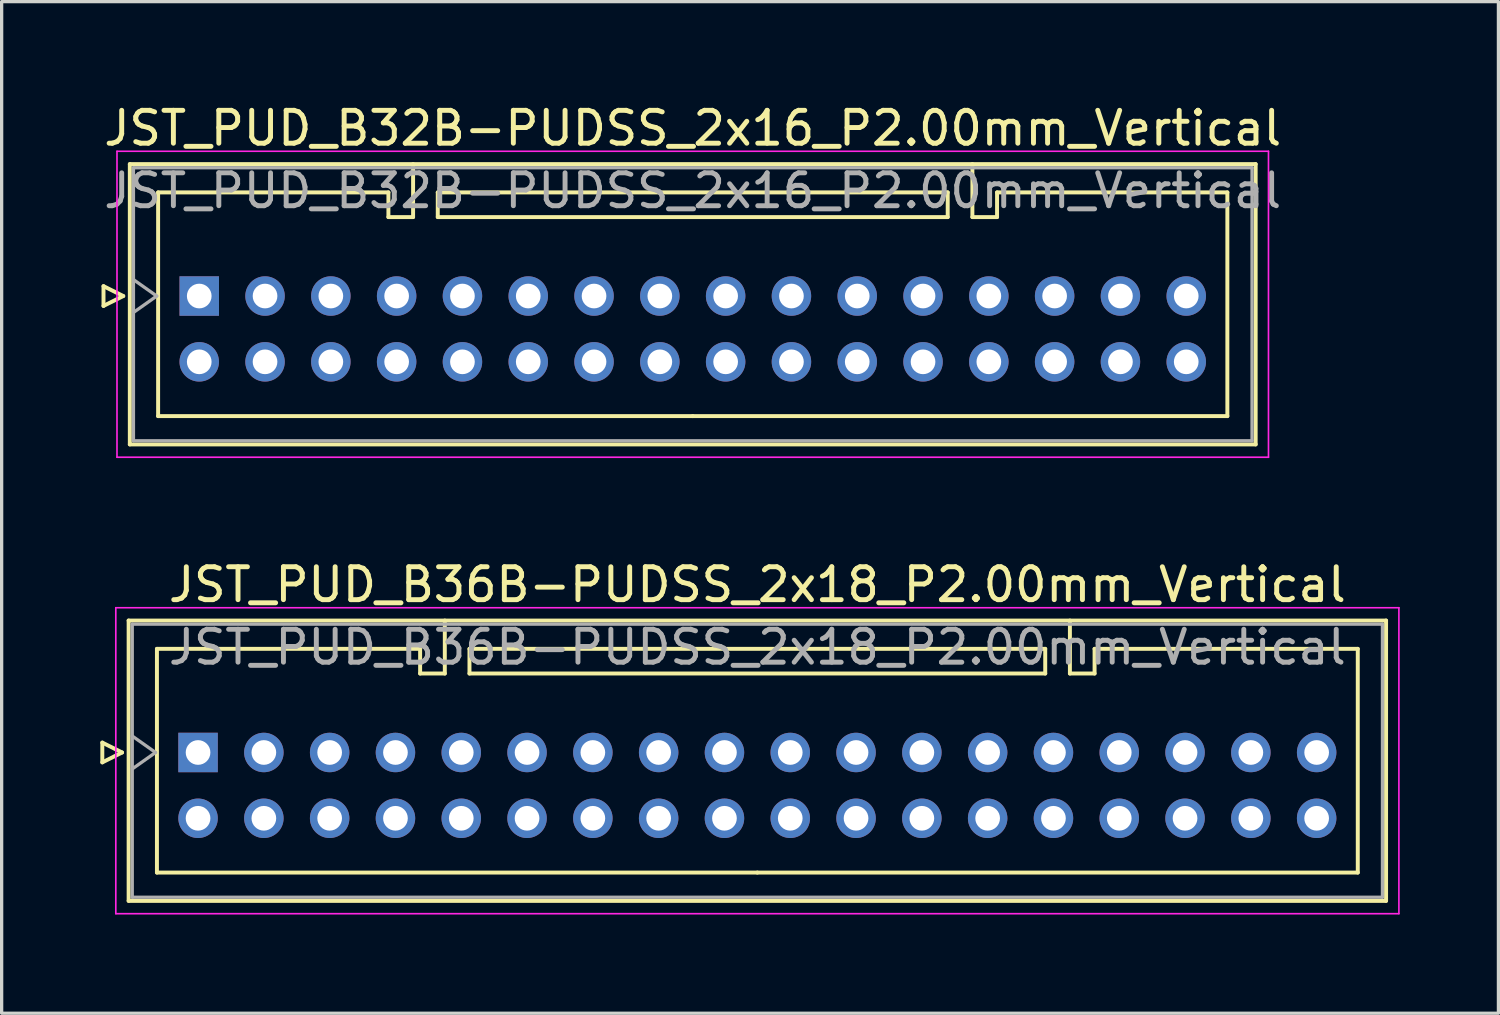
<source format=kicad_pcb>
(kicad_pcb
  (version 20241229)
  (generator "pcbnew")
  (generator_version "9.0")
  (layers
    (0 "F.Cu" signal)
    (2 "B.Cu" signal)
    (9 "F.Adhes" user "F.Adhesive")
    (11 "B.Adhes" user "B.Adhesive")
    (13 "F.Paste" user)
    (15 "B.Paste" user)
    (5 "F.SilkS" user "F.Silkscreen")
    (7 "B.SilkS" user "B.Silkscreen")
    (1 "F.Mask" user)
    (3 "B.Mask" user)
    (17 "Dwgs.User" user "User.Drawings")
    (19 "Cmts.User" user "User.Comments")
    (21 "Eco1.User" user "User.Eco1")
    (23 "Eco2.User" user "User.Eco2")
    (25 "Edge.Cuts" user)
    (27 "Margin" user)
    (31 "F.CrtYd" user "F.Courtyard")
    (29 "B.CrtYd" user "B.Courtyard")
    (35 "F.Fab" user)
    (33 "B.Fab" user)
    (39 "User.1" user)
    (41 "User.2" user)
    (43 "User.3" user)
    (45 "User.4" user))
  (footprint "JST_PUD_B32B-PUDSS_2x16_P2.00mm_Vertical"
    (layer "F.Cu")
    (at 3.006 5.948)
    (property "Reference" "JST_PUD_B32B-PUDSS_2x16_P2.00mm_Vertical" (at 15 -5.1 0) (layer "F.SilkS") (effects (font (size 1 1) (thickness 0.15))))
    (attr through_hole)
    (fp_line (start -2.91 -0.3) (end -2.31 0) (stroke (width 0.12) (type solid)) (layer "F.SilkS"))
    (fp_line (start -2.91 0.3) (end -2.91 -0.3) (stroke (width 0.12) (type solid)) (layer "F.SilkS"))
    (fp_line (start -2.31 0) (end -2.91 0.3) (stroke (width 0.12) (type solid)) (layer "F.SilkS"))
    (fp_line (start -2.11 -4.01) (end -2.11 4.51) (stroke (width 0.12) (type solid)) (layer "F.SilkS"))
    (fp_line (start -2.11 4.51) (end 32.11 4.51) (stroke (width 0.12) (type solid)) (layer "F.SilkS"))
    (fp_line (start -1.25 -3.15) (end -1.25 3.65) (stroke (width 0.12) (type solid)) (layer "F.SilkS"))
    (fp_line (start -1.25 3.65) (end 15 3.65) (stroke (width 0.12) (type solid)) (layer "F.SilkS"))
    (fp_line (start 5.75 -3.15) (end -1.25 -3.15) (stroke (width 0.12) (type solid)) (layer "F.SilkS"))
    (fp_line (start 5.75 -2.4) (end 5.75 -3.15) (stroke (width 0.12) (type solid)) (layer "F.SilkS"))
    (fp_line (start 6.5 -4.01) (end 6.5 -2.4) (stroke (width 0.12) (type solid)) (layer "F.SilkS"))
    (fp_line (start 6.5 -2.4) (end 5.75 -2.4) (stroke (width 0.12) (type solid)) (layer "F.SilkS"))
    (fp_line (start 7.25 -3.15) (end 7.25 -2.4) (stroke (width 0.12) (type solid)) (layer "F.SilkS"))
    (fp_line (start 7.25 -2.4) (end 22.75 -2.4) (stroke (width 0.12) (type solid)) (layer "F.SilkS"))
    (fp_line (start 22.75 -3.15) (end 7.25 -3.15) (stroke (width 0.12) (type solid)) (layer "F.SilkS"))
    (fp_line (start 22.75 -2.4) (end 22.75 -3.15) (stroke (width 0.12) (type solid)) (layer "F.SilkS"))
    (fp_line (start 23.5 -4.01) (end 23.5 -2.4) (stroke (width 0.12) (type solid)) (layer "F.SilkS"))
    (fp_line (start 23.5 -2.4) (end 24.25 -2.4) (stroke (width 0.12) (type solid)) (layer "F.SilkS"))
    (fp_line (start 24.25 -3.15) (end 31.25 -3.15) (stroke (width 0.12) (type solid)) (layer "F.SilkS"))
    (fp_line (start 24.25 -2.4) (end 24.25 -3.15) (stroke (width 0.12) (type solid)) (layer "F.SilkS"))
    (fp_line (start 31.25 -3.15) (end 31.25 3.65) (stroke (width 0.12) (type solid)) (layer "F.SilkS"))
    (fp_line (start 31.25 3.65) (end 15 3.65) (stroke (width 0.12) (type solid)) (layer "F.SilkS"))
    (fp_line (start 32.11 -4.01) (end -2.11 -4.01) (stroke (width 0.12) (type solid)) (layer "F.SilkS"))
    (fp_line (start 32.11 4.51) (end 32.11 -4.01) (stroke (width 0.12) (type solid)) (layer "F.SilkS"))
    (fp_line (start -2.5 -4.4) (end -2.5 4.9) (stroke (width 0.05) (type solid)) (layer "F.CrtYd"))
    (fp_line (start -2.5 4.9) (end 32.5 4.9) (stroke (width 0.05) (type solid)) (layer "F.CrtYd"))
    (fp_line (start 32.5 -4.4) (end -2.5 -4.4) (stroke (width 0.05) (type solid)) (layer "F.CrtYd"))
    (fp_line (start 32.5 4.9) (end 32.5 -4.4) (stroke (width 0.05) (type solid)) (layer "F.CrtYd"))
    (fp_line (start -2 -3.9) (end -2 4.4) (stroke (width 0.1) (type solid)) (layer "F.Fab"))
    (fp_line (start -2 0.5) (end -1.293 0) (stroke (width 0.1) (type solid)) (layer "F.Fab"))
    (fp_line (start -2 4.4) (end 32 4.4) (stroke (width 0.1) (type solid)) (layer "F.Fab"))
    (fp_line (start -1.293 0) (end -2 -0.5) (stroke (width 0.1) (type solid)) (layer "F.Fab"))
    (fp_line (start 32 -3.9) (end -2 -3.9) (stroke (width 0.1) (type solid)) (layer "F.Fab"))
    (fp_line (start 32 4.4) (end 32 -3.9) (stroke (width 0.1) (type solid)) (layer "F.Fab"))
    (fp_text user "${REFERENCE}" (at 15 -3.2 0) (layer "F.Fab") (effects (font (size 1 1) (thickness 0.15))))
    (pad "1" thru_hole rect (at 0 0) (size 1.2 1.2) (drill 0.75) (layers "*.Cu" "*.Mask"))
    (pad "2" thru_hole circle (at 0 2) (size 1.2 1.2) (drill 0.75) (layers "*.Cu" "*.Mask"))
    (pad "3" thru_hole circle (at 2 0) (size 1.2 1.2) (drill 0.75) (layers "*.Cu" "*.Mask"))
    (pad "4" thru_hole circle (at 2 2) (size 1.2 1.2) (drill 0.75) (layers "*.Cu" "*.Mask"))
    (pad "5" thru_hole circle (at 4 0) (size 1.2 1.2) (drill 0.75) (layers "*.Cu" "*.Mask"))
    (pad "6" thru_hole circle (at 4 2) (size 1.2 1.2) (drill 0.75) (layers "*.Cu" "*.Mask"))
    (pad "7" thru_hole circle (at 6 0) (size 1.2 1.2) (drill 0.75) (layers "*.Cu" "*.Mask"))
    (pad "8" thru_hole circle (at 6 2) (size 1.2 1.2) (drill 0.75) (layers "*.Cu" "*.Mask"))
    (pad "9" thru_hole circle (at 8 0) (size 1.2 1.2) (drill 0.75) (layers "*.Cu" "*.Mask"))
    (pad "10" thru_hole circle (at 8 2) (size 1.2 1.2) (drill 0.75) (layers "*.Cu" "*.Mask"))
    (pad "11" thru_hole circle (at 10 0) (size 1.2 1.2) (drill 0.75) (layers "*.Cu" "*.Mask"))
    (pad "12" thru_hole circle (at 10 2) (size 1.2 1.2) (drill 0.75) (layers "*.Cu" "*.Mask"))
    (pad "13" thru_hole circle (at 12 0) (size 1.2 1.2) (drill 0.75) (layers "*.Cu" "*.Mask"))
    (pad "14" thru_hole circle (at 12 2) (size 1.2 1.2) (drill 0.75) (layers "*.Cu" "*.Mask"))
    (pad "15" thru_hole circle (at 14 0) (size 1.2 1.2) (drill 0.75) (layers "*.Cu" "*.Mask"))
    (pad "16" thru_hole circle (at 14 2) (size 1.2 1.2) (drill 0.75) (layers "*.Cu" "*.Mask"))
    (pad "17" thru_hole circle (at 16 0) (size 1.2 1.2) (drill 0.75) (layers "*.Cu" "*.Mask"))
    (pad "18" thru_hole circle (at 16 2) (size 1.2 1.2) (drill 0.75) (layers "*.Cu" "*.Mask"))
    (pad "19" thru_hole circle (at 18 0) (size 1.2 1.2) (drill 0.75) (layers "*.Cu" "*.Mask"))
    (pad "20" thru_hole circle (at 18 2) (size 1.2 1.2) (drill 0.75) (layers "*.Cu" "*.Mask"))
    (pad "21" thru_hole circle (at 20 0) (size 1.2 1.2) (drill 0.75) (layers "*.Cu" "*.Mask"))
    (pad "22" thru_hole circle (at 20 2) (size 1.2 1.2) (drill 0.75) (layers "*.Cu" "*.Mask"))
    (pad "23" thru_hole circle (at 22 0) (size 1.2 1.2) (drill 0.75) (layers "*.Cu" "*.Mask"))
    (pad "24" thru_hole circle (at 22 2) (size 1.2 1.2) (drill 0.75) (layers "*.Cu" "*.Mask"))
    (pad "25" thru_hole circle (at 24 0) (size 1.2 1.2) (drill 0.75) (layers "*.Cu" "*.Mask"))
    (pad "26" thru_hole circle (at 24 2) (size 1.2 1.2) (drill 0.75) (layers "*.Cu" "*.Mask"))
    (pad "27" thru_hole circle (at 26 0) (size 1.2 1.2) (drill 0.75) (layers "*.Cu" "*.Mask"))
    (pad "28" thru_hole circle (at 26 2) (size 1.2 1.2) (drill 0.75) (layers "*.Cu" "*.Mask"))
    (pad "29" thru_hole circle (at 28 0) (size 1.2 1.2) (drill 0.75) (layers "*.Cu" "*.Mask"))
    (pad "30" thru_hole circle (at 28 2) (size 1.2 1.2) (drill 0.75) (layers "*.Cu" "*.Mask"))
    (pad "31" thru_hole circle (at 30 0) (size 1.2 1.2) (drill 0.75) (layers "*.Cu" "*.Mask"))
    (pad "32" thru_hole circle (at 30 2) (size 1.2 1.2) (drill 0.75) (layers "*.Cu" "*.Mask")))
  (footprint "JST_PUD_B36B-PUDSS_2x18_P2.00mm_Vertical"
    (layer "F.Cu")
    (at 2.97 19.822)
    (property "Reference" "JST_PUD_B36B-PUDSS_2x18_P2.00mm_Vertical" (at 17 -5.1 0) (layer "F.SilkS") (effects (font (size 1 1) (thickness 0.15))))
    (attr through_hole)
    (fp_line (start -2.91 -0.3) (end -2.31 0) (stroke (width 0.12) (type solid)) (layer "F.SilkS"))
    (fp_line (start -2.91 0.3) (end -2.91 -0.3) (stroke (width 0.12) (type solid)) (layer "F.SilkS"))
    (fp_line (start -2.31 0) (end -2.91 0.3) (stroke (width 0.12) (type solid)) (layer "F.SilkS"))
    (fp_line (start -2.11 -4.01) (end -2.11 4.51) (stroke (width 0.12) (type solid)) (layer "F.SilkS"))
    (fp_line (start -2.11 4.51) (end 36.11 4.51) (stroke (width 0.12) (type solid)) (layer "F.SilkS"))
    (fp_line (start -1.25 -3.15) (end -1.25 3.65) (stroke (width 0.12) (type solid)) (layer "F.SilkS"))
    (fp_line (start -1.25 3.65) (end 17 3.65) (stroke (width 0.12) (type solid)) (layer "F.SilkS"))
    (fp_line (start 6.75 -3.15) (end -1.25 -3.15) (stroke (width 0.12) (type solid)) (layer "F.SilkS"))
    (fp_line (start 6.75 -2.4) (end 6.75 -3.15) (stroke (width 0.12) (type solid)) (layer "F.SilkS"))
    (fp_line (start 7.5 -4.01) (end 7.5 -2.4) (stroke (width 0.12) (type solid)) (layer "F.SilkS"))
    (fp_line (start 7.5 -2.4) (end 6.75 -2.4) (stroke (width 0.12) (type solid)) (layer "F.SilkS"))
    (fp_line (start 8.25 -3.15) (end 8.25 -2.4) (stroke (width 0.12) (type solid)) (layer "F.SilkS"))
    (fp_line (start 8.25 -2.4) (end 25.75 -2.4) (stroke (width 0.12) (type solid)) (layer "F.SilkS"))
    (fp_line (start 25.75 -3.15) (end 8.25 -3.15) (stroke (width 0.12) (type solid)) (layer "F.SilkS"))
    (fp_line (start 25.75 -2.4) (end 25.75 -3.15) (stroke (width 0.12) (type solid)) (layer "F.SilkS"))
    (fp_line (start 26.5 -4.01) (end 26.5 -2.4) (stroke (width 0.12) (type solid)) (layer "F.SilkS"))
    (fp_line (start 26.5 -2.4) (end 27.25 -2.4) (stroke (width 0.12) (type solid)) (layer "F.SilkS"))
    (fp_line (start 27.25 -3.15) (end 35.25 -3.15) (stroke (width 0.12) (type solid)) (layer "F.SilkS"))
    (fp_line (start 27.25 -2.4) (end 27.25 -3.15) (stroke (width 0.12) (type solid)) (layer "F.SilkS"))
    (fp_line (start 35.25 -3.15) (end 35.25 3.65) (stroke (width 0.12) (type solid)) (layer "F.SilkS"))
    (fp_line (start 35.25 3.65) (end 17 3.65) (stroke (width 0.12) (type solid)) (layer "F.SilkS"))
    (fp_line (start 36.11 -4.01) (end -2.11 -4.01) (stroke (width 0.12) (type solid)) (layer "F.SilkS"))
    (fp_line (start 36.11 4.51) (end 36.11 -4.01) (stroke (width 0.12) (type solid)) (layer "F.SilkS"))
    (fp_line (start -2.5 -4.4) (end -2.5 4.9) (stroke (width 0.05) (type solid)) (layer "F.CrtYd"))
    (fp_line (start -2.5 4.9) (end 36.5 4.9) (stroke (width 0.05) (type solid)) (layer "F.CrtYd"))
    (fp_line (start 36.5 -4.4) (end -2.5 -4.4) (stroke (width 0.05) (type solid)) (layer "F.CrtYd"))
    (fp_line (start 36.5 4.9) (end 36.5 -4.4) (stroke (width 0.05) (type solid)) (layer "F.CrtYd"))
    (fp_line (start -2 -3.9) (end -2 4.4) (stroke (width 0.1) (type solid)) (layer "F.Fab"))
    (fp_line (start -2 0.5) (end -1.293 0) (stroke (width 0.1) (type solid)) (layer "F.Fab"))
    (fp_line (start -2 4.4) (end 36 4.4) (stroke (width 0.1) (type solid)) (layer "F.Fab"))
    (fp_line (start -1.293 0) (end -2 -0.5) (stroke (width 0.1) (type solid)) (layer "F.Fab"))
    (fp_line (start 36 -3.9) (end -2 -3.9) (stroke (width 0.1) (type solid)) (layer "F.Fab"))
    (fp_line (start 36 4.4) (end 36 -3.9) (stroke (width 0.1) (type solid)) (layer "F.Fab"))
    (fp_text user "${REFERENCE}" (at 17 -3.2 0) (layer "F.Fab") (effects (font (size 1 1) (thickness 0.15))))
    (pad "1" thru_hole rect (at 0 0) (size 1.2 1.2) (drill 0.75) (layers "*.Cu" "*.Mask"))
    (pad "2" thru_hole circle (at 0 2) (size 1.2 1.2) (drill 0.75) (layers "*.Cu" "*.Mask"))
    (pad "3" thru_hole circle (at 2 0) (size 1.2 1.2) (drill 0.75) (layers "*.Cu" "*.Mask"))
    (pad "4" thru_hole circle (at 2 2) (size 1.2 1.2) (drill 0.75) (layers "*.Cu" "*.Mask"))
    (pad "5" thru_hole circle (at 4 0) (size 1.2 1.2) (drill 0.75) (layers "*.Cu" "*.Mask"))
    (pad "6" thru_hole circle (at 4 2) (size 1.2 1.2) (drill 0.75) (layers "*.Cu" "*.Mask"))
    (pad "7" thru_hole circle (at 6 0) (size 1.2 1.2) (drill 0.75) (layers "*.Cu" "*.Mask"))
    (pad "8" thru_hole circle (at 6 2) (size 1.2 1.2) (drill 0.75) (layers "*.Cu" "*.Mask"))
    (pad "9" thru_hole circle (at 8 0) (size 1.2 1.2) (drill 0.75) (layers "*.Cu" "*.Mask"))
    (pad "10" thru_hole circle (at 8 2) (size 1.2 1.2) (drill 0.75) (layers "*.Cu" "*.Mask"))
    (pad "11" thru_hole circle (at 10 0) (size 1.2 1.2) (drill 0.75) (layers "*.Cu" "*.Mask"))
    (pad "12" thru_hole circle (at 10 2) (size 1.2 1.2) (drill 0.75) (layers "*.Cu" "*.Mask"))
    (pad "13" thru_hole circle (at 12 0) (size 1.2 1.2) (drill 0.75) (layers "*.Cu" "*.Mask"))
    (pad "14" thru_hole circle (at 12 2) (size 1.2 1.2) (drill 0.75) (layers "*.Cu" "*.Mask"))
    (pad "15" thru_hole circle (at 14 0) (size 1.2 1.2) (drill 0.75) (layers "*.Cu" "*.Mask"))
    (pad "16" thru_hole circle (at 14 2) (size 1.2 1.2) (drill 0.75) (layers "*.Cu" "*.Mask"))
    (pad "17" thru_hole circle (at 16 0) (size 1.2 1.2) (drill 0.75) (layers "*.Cu" "*.Mask"))
    (pad "18" thru_hole circle (at 16 2) (size 1.2 1.2) (drill 0.75) (layers "*.Cu" "*.Mask"))
    (pad "19" thru_hole circle (at 18 0) (size 1.2 1.2) (drill 0.75) (layers "*.Cu" "*.Mask"))
    (pad "20" thru_hole circle (at 18 2) (size 1.2 1.2) (drill 0.75) (layers "*.Cu" "*.Mask"))
    (pad "21" thru_hole circle (at 20 0) (size 1.2 1.2) (drill 0.75) (layers "*.Cu" "*.Mask"))
    (pad "22" thru_hole circle (at 20 2) (size 1.2 1.2) (drill 0.75) (layers "*.Cu" "*.Mask"))
    (pad "23" thru_hole circle (at 22 0) (size 1.2 1.2) (drill 0.75) (layers "*.Cu" "*.Mask"))
    (pad "24" thru_hole circle (at 22 2) (size 1.2 1.2) (drill 0.75) (layers "*.Cu" "*.Mask"))
    (pad "25" thru_hole circle (at 24 0) (size 1.2 1.2) (drill 0.75) (layers "*.Cu" "*.Mask"))
    (pad "26" thru_hole circle (at 24 2) (size 1.2 1.2) (drill 0.75) (layers "*.Cu" "*.Mask"))
    (pad "27" thru_hole circle (at 26 0) (size 1.2 1.2) (drill 0.75) (layers "*.Cu" "*.Mask"))
    (pad "28" thru_hole circle (at 26 2) (size 1.2 1.2) (drill 0.75) (layers "*.Cu" "*.Mask"))
    (pad "29" thru_hole circle (at 28 0) (size 1.2 1.2) (drill 0.75) (layers "*.Cu" "*.Mask"))
    (pad "30" thru_hole circle (at 28 2) (size 1.2 1.2) (drill 0.75) (layers "*.Cu" "*.Mask"))
    (pad "31" thru_hole circle (at 30 0) (size 1.2 1.2) (drill 0.75) (layers "*.Cu" "*.Mask"))
    (pad "32" thru_hole circle (at 30 2) (size 1.2 1.2) (drill 0.75) (layers "*.Cu" "*.Mask"))
    (pad "33" thru_hole circle (at 32 0) (size 1.2 1.2) (drill 0.75) (layers "*.Cu" "*.Mask"))
    (pad "34" thru_hole circle (at 32 2) (size 1.2 1.2) (drill 0.75) (layers "*.Cu" "*.Mask"))
    (pad "35" thru_hole circle (at 34 0) (size 1.2 1.2) (drill 0.75) (layers "*.Cu" "*.Mask"))
    (pad "36" thru_hole circle (at 34 2) (size 1.2 1.2) (drill 0.75) (layers "*.Cu" "*.Mask")))
  (gr_rect
    (start -3 -3)
    (end 42.495 27.747)
    (stroke (width 0.1) (type default))
    (fill no)
    (layer "Edge.Cuts")))
</source>
